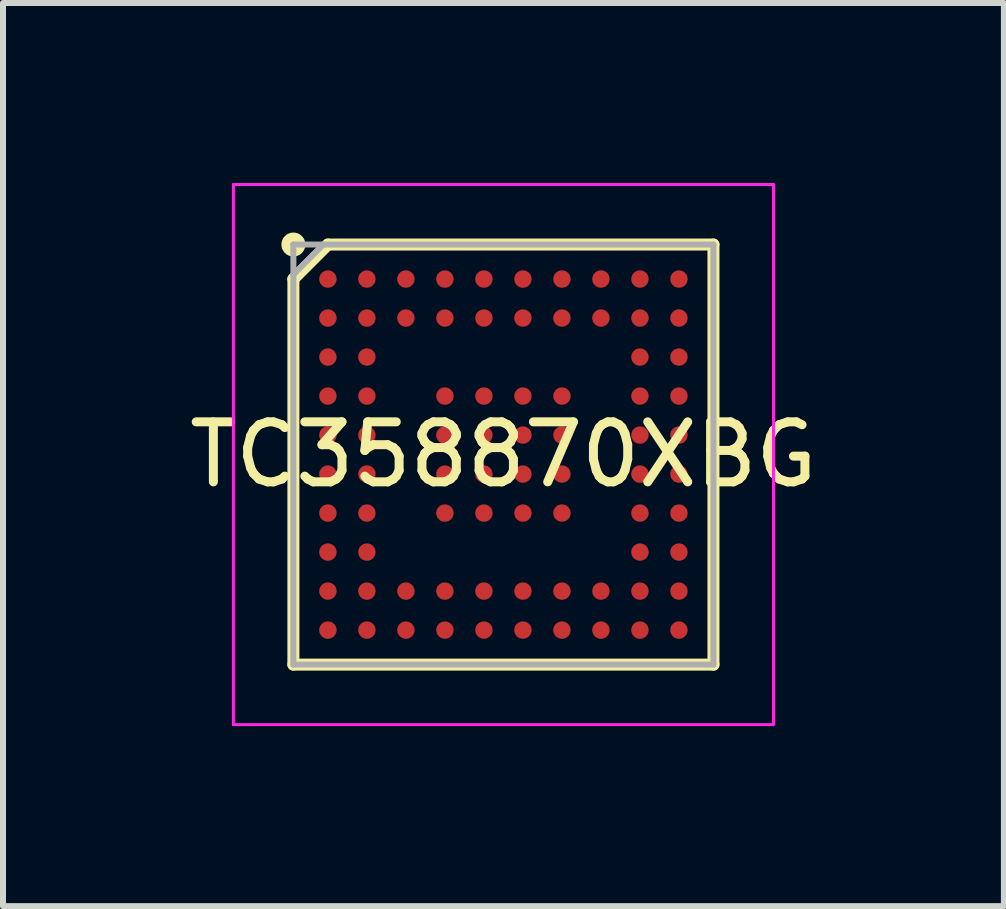
<source format=kicad_pcb>
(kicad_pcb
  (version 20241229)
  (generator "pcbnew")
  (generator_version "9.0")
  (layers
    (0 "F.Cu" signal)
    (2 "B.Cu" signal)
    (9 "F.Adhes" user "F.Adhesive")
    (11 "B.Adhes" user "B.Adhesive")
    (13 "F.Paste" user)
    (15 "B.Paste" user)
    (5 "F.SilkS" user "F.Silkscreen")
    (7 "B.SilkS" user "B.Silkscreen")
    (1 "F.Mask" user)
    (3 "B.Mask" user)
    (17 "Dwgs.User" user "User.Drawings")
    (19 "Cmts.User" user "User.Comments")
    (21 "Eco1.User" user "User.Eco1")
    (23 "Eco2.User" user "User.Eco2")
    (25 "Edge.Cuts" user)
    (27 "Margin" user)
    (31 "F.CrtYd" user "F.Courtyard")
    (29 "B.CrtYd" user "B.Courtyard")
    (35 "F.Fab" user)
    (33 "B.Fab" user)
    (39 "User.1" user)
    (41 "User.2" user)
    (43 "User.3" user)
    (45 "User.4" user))
  (footprint "TC358870XBG"
    (layer "F.Cu")
    (at 5.339 4.525)
    (property "Reference" "TC358870XBG" (at 0 0 0) (layer "F.SilkS") (effects (font (size 1 1) (thickness 0.15))))
    (attr smd)
    (fp_line (start -3.5 -2.925) (end -2.925 -3.5) (stroke (width 0.2) (type solid)) (layer "F.SilkS"))
    (fp_line (start -3.5 3.5) (end -3.5 -2.925) (stroke (width 0.2) (type solid)) (layer "F.SilkS"))
    (fp_line (start -2.925 -3.5) (end 3.5 -3.5) (stroke (width 0.2) (type solid)) (layer "F.SilkS"))
    (fp_line (start 3.5 -3.5) (end 3.5 3.5) (stroke (width 0.2) (type solid)) (layer "F.SilkS"))
    (fp_line (start 3.5 3.5) (end -3.5 3.5) (stroke (width 0.2) (type solid)) (layer "F.SilkS"))
    (fp_circle (center -3.5 -3.5) (end -3.5 -3.4) (stroke (width 0.2) (type solid)) (fill no) (layer "F.SilkS"))
    (fp_rect (start -3.02 -3.02) (end -2.83 -2.83) (stroke (width 0.12) (type default)) (fill no) (layer "F.Paste"))
    (fp_rect (start -3.02 -2.37) (end -2.83 -2.18) (stroke (width 0.12) (type default)) (fill no) (layer "F.Paste"))
    (fp_rect (start -3.02 -1.72) (end -2.83 -1.53) (stroke (width 0.12) (type default)) (fill no) (layer "F.Paste"))
    (fp_rect (start -3.02 -1.07) (end -2.83 -0.88) (stroke (width 0.12) (type default)) (fill no) (layer "F.Paste"))
    (fp_rect (start -3.02 -0.42) (end -2.83 -0.23) (stroke (width 0.12) (type default)) (fill no) (layer "F.Paste"))
    (fp_rect (start -3.02 0.23) (end -2.83 0.42) (stroke (width 0.12) (type default)) (fill no) (layer "F.Paste"))
    (fp_rect (start -3.02 0.88) (end -2.83 1.07) (stroke (width 0.12) (type default)) (fill no) (layer "F.Paste"))
    (fp_rect (start -3.02 1.53) (end -2.83 1.72) (stroke (width 0.12) (type default)) (fill no) (layer "F.Paste"))
    (fp_rect (start -3.02 2.18) (end -2.83 2.37) (stroke (width 0.12) (type default)) (fill no) (layer "F.Paste"))
    (fp_rect (start -3.02 2.83) (end -2.83 3.02) (stroke (width 0.12) (type default)) (fill no) (layer "F.Paste"))
    (fp_rect (start -2.37 -3.02) (end -2.18 -2.83) (stroke (width 0.12) (type default)) (fill no) (layer "F.Paste"))
    (fp_rect (start -2.37 -2.37) (end -2.18 -2.18) (stroke (width 0.12) (type default)) (fill no) (layer "F.Paste"))
    (fp_rect (start -2.37 -1.72) (end -2.18 -1.53) (stroke (width 0.12) (type default)) (fill no) (layer "F.Paste"))
    (fp_rect (start -2.37 -1.07) (end -2.18 -0.88) (stroke (width 0.12) (type default)) (fill no) (layer "F.Paste"))
    (fp_rect (start -2.37 -0.42) (end -2.18 -0.23) (stroke (width 0.12) (type default)) (fill no) (layer "F.Paste"))
    (fp_rect (start -2.37 0.23) (end -2.18 0.42) (stroke (width 0.12) (type default)) (fill no) (layer "F.Paste"))
    (fp_rect (start -2.37 0.88) (end -2.18 1.07) (stroke (width 0.12) (type default)) (fill no) (layer "F.Paste"))
    (fp_rect (start -2.37 1.53) (end -2.18 1.72) (stroke (width 0.12) (type default)) (fill no) (layer "F.Paste"))
    (fp_rect (start -2.37 2.18) (end -2.18 2.37) (stroke (width 0.12) (type default)) (fill no) (layer "F.Paste"))
    (fp_rect (start -2.37 2.83) (end -2.18 3.02) (stroke (width 0.12) (type default)) (fill no) (layer "F.Paste"))
    (fp_rect (start -1.72 -3.02) (end -1.53 -2.83) (stroke (width 0.12) (type default)) (fill no) (layer "F.Paste"))
    (fp_rect (start -1.72 -2.37) (end -1.53 -2.18) (stroke (width 0.12) (type default)) (fill no) (layer "F.Paste"))
    (fp_rect (start -1.72 2.18) (end -1.53 2.37) (stroke (width 0.12) (type default)) (fill no) (layer "F.Paste"))
    (fp_rect (start -1.72 2.83) (end -1.53 3.02) (stroke (width 0.12) (type default)) (fill no) (layer "F.Paste"))
    (fp_rect (start -1.07 -3.02) (end -0.88 -2.83) (stroke (width 0.12) (type default)) (fill no) (layer "F.Paste"))
    (fp_rect (start -1.07 -2.37) (end -0.88 -2.18) (stroke (width 0.12) (type default)) (fill no) (layer "F.Paste"))
    (fp_rect (start -1.07 -1.07) (end -0.88 -0.88) (stroke (width 0.12) (type default)) (fill no) (layer "F.Paste"))
    (fp_rect (start -1.07 -0.42) (end -0.88 -0.23) (stroke (width 0.12) (type default)) (fill no) (layer "F.Paste"))
    (fp_rect (start -1.07 0.23) (end -0.88 0.42) (stroke (width 0.12) (type default)) (fill no) (layer "F.Paste"))
    (fp_rect (start -1.07 0.88) (end -0.88 1.07) (stroke (width 0.12) (type default)) (fill no) (layer "F.Paste"))
    (fp_rect (start -1.07 2.18) (end -0.88 2.37) (stroke (width 0.12) (type default)) (fill no) (layer "F.Paste"))
    (fp_rect (start -1.07 2.83) (end -0.88 3.02) (stroke (width 0.12) (type default)) (fill no) (layer "F.Paste"))
    (fp_rect (start -0.42 -3.02) (end -0.23 -2.83) (stroke (width 0.12) (type default)) (fill no) (layer "F.Paste"))
    (fp_rect (start -0.42 -2.37) (end -0.23 -2.18) (stroke (width 0.12) (type default)) (fill no) (layer "F.Paste"))
    (fp_rect (start -0.42 -1.07) (end -0.23 -0.88) (stroke (width 0.12) (type default)) (fill no) (layer "F.Paste"))
    (fp_rect (start -0.42 -0.42) (end -0.23 -0.23) (stroke (width 0.12) (type default)) (fill no) (layer "F.Paste"))
    (fp_rect (start -0.42 0.23) (end -0.23 0.42) (stroke (width 0.12) (type default)) (fill no) (layer "F.Paste"))
    (fp_rect (start -0.42 0.88) (end -0.23 1.07) (stroke (width 0.12) (type default)) (fill no) (layer "F.Paste"))
    (fp_rect (start -0.42 2.18) (end -0.23 2.37) (stroke (width 0.12) (type default)) (fill no) (layer "F.Paste"))
    (fp_rect (start -0.42 2.83) (end -0.23 3.02) (stroke (width 0.12) (type default)) (fill no) (layer "F.Paste"))
    (fp_rect (start 0.23 -3.02) (end 0.42 -2.83) (stroke (width 0.12) (type default)) (fill no) (layer "F.Paste"))
    (fp_rect (start 0.23 -2.37) (end 0.42 -2.18) (stroke (width 0.12) (type default)) (fill no) (layer "F.Paste"))
    (fp_rect (start 0.23 -1.07) (end 0.42 -0.88) (stroke (width 0.12) (type default)) (fill no) (layer "F.Paste"))
    (fp_rect (start 0.23 -0.42) (end 0.42 -0.23) (stroke (width 0.12) (type default)) (fill no) (layer "F.Paste"))
    (fp_rect (start 0.23 0.23) (end 0.42 0.42) (stroke (width 0.12) (type default)) (fill no) (layer "F.Paste"))
    (fp_rect (start 0.23 0.88) (end 0.42 1.07) (stroke (width 0.12) (type default)) (fill no) (layer "F.Paste"))
    (fp_rect (start 0.23 2.18) (end 0.42 2.37) (stroke (width 0.12) (type default)) (fill no) (layer "F.Paste"))
    (fp_rect (start 0.23 2.83) (end 0.42 3.02) (stroke (width 0.12) (type default)) (fill no) (layer "F.Paste"))
    (fp_rect (start 0.88 -3.02) (end 1.07 -2.83) (stroke (width 0.12) (type default)) (fill no) (layer "F.Paste"))
    (fp_rect (start 0.88 -2.37) (end 1.07 -2.18) (stroke (width 0.12) (type default)) (fill no) (layer "F.Paste"))
    (fp_rect (start 0.88 -1.07) (end 1.07 -0.88) (stroke (width 0.12) (type default)) (fill no) (layer "F.Paste"))
    (fp_rect (start 0.88 -0.42) (end 1.07 -0.23) (stroke (width 0.12) (type default)) (fill no) (layer "F.Paste"))
    (fp_rect (start 0.88 0.23) (end 1.07 0.42) (stroke (width 0.12) (type default)) (fill no) (layer "F.Paste"))
    (fp_rect (start 0.88 0.88) (end 1.07 1.07) (stroke (width 0.12) (type default)) (fill no) (layer "F.Paste"))
    (fp_rect (start 0.88 2.18) (end 1.07 2.37) (stroke (width 0.12) (type default)) (fill no) (layer "F.Paste"))
    (fp_rect (start 0.88 2.83) (end 1.07 3.02) (stroke (width 0.12) (type default)) (fill no) (layer "F.Paste"))
    (fp_rect (start 1.53 -3.02) (end 1.72 -2.83) (stroke (width 0.12) (type default)) (fill no) (layer "F.Paste"))
    (fp_rect (start 1.53 -2.37) (end 1.72 -2.18) (stroke (width 0.12) (type default)) (fill no) (layer "F.Paste"))
    (fp_rect (start 1.53 2.18) (end 1.72 2.37) (stroke (width 0.12) (type default)) (fill no) (layer "F.Paste"))
    (fp_rect (start 1.53 2.83) (end 1.72 3.02) (stroke (width 0.12) (type default)) (fill no) (layer "F.Paste"))
    (fp_rect (start 2.18 -3.02) (end 2.37 -2.83) (stroke (width 0.12) (type default)) (fill no) (layer "F.Paste"))
    (fp_rect (start 2.18 -2.37) (end 2.37 -2.18) (stroke (width 0.12) (type default)) (fill no) (layer "F.Paste"))
    (fp_rect (start 2.18 -1.72) (end 2.37 -1.53) (stroke (width 0.12) (type default)) (fill no) (layer "F.Paste"))
    (fp_rect (start 2.18 -1.07) (end 2.37 -0.88) (stroke (width 0.12) (type default)) (fill no) (layer "F.Paste"))
    (fp_rect (start 2.18 -0.42) (end 2.37 -0.23) (stroke (width 0.12) (type default)) (fill no) (layer "F.Paste"))
    (fp_rect (start 2.18 0.23) (end 2.37 0.42) (stroke (width 0.12) (type default)) (fill no) (layer "F.Paste"))
    (fp_rect (start 2.18 0.88) (end 2.37 1.07) (stroke (width 0.12) (type default)) (fill no) (layer "F.Paste"))
    (fp_rect (start 2.18 1.53) (end 2.37 1.72) (stroke (width 0.12) (type default)) (fill no) (layer "F.Paste"))
    (fp_rect (start 2.18 2.18) (end 2.37 2.37) (stroke (width 0.12) (type default)) (fill no) (layer "F.Paste"))
    (fp_rect (start 2.18 2.83) (end 2.37 3.02) (stroke (width 0.12) (type default)) (fill no) (layer "F.Paste"))
    (fp_rect (start 2.83 -3.02) (end 3.02 -2.83) (stroke (width 0.12) (type default)) (fill no) (layer "F.Paste"))
    (fp_rect (start 2.83 -2.37) (end 3.02 -2.18) (stroke (width 0.12) (type default)) (fill no) (layer "F.Paste"))
    (fp_rect (start 2.83 -1.72) (end 3.02 -1.53) (stroke (width 0.12) (type default)) (fill no) (layer "F.Paste"))
    (fp_rect (start 2.83 -1.07) (end 3.02 -0.88) (stroke (width 0.12) (type default)) (fill no) (layer "F.Paste"))
    (fp_rect (start 2.83 -0.42) (end 3.02 -0.23) (stroke (width 0.12) (type default)) (fill no) (layer "F.Paste"))
    (fp_rect (start 2.83 0.23) (end 3.02 0.42) (stroke (width 0.12) (type default)) (fill no) (layer "F.Paste"))
    (fp_rect (start 2.83 0.88) (end 3.02 1.07) (stroke (width 0.12) (type default)) (fill no) (layer "F.Paste"))
    (fp_rect (start 2.83 1.53) (end 3.02 1.72) (stroke (width 0.12) (type default)) (fill no) (layer "F.Paste"))
    (fp_rect (start 2.83 2.18) (end 3.02 2.37) (stroke (width 0.12) (type default)) (fill no) (layer "F.Paste"))
    (fp_rect (start 2.83 2.83) (end 3.02 3.02) (stroke (width 0.12) (type default)) (fill no) (layer "F.Paste"))
    (fp_line (start -4.5 -4.5) (end 4.5 -4.5) (stroke (width 0.05) (type solid)) (layer "F.CrtYd"))
    (fp_line (start -4.5 4.5) (end -4.5 -4.5) (stroke (width 0.05) (type solid)) (layer "F.CrtYd"))
    (fp_line (start 4.5 -4.5) (end 4.5 4.5) (stroke (width 0.05) (type solid)) (layer "F.CrtYd"))
    (fp_line (start 4.5 4.5) (end -4.5 4.5) (stroke (width 0.05) (type solid)) (layer "F.CrtYd"))
    (fp_line (start -3.5 -3.5) (end 3.5 -3.5) (stroke (width 0.1) (type solid)) (layer "F.Fab"))
    (fp_line (start -3.5 -3) (end -3 -3.5) (stroke (width 0.1) (type solid)) (layer "F.Fab"))
    (fp_line (start -3.5 3.5) (end -3.5 -3.5) (stroke (width 0.1) (type solid)) (layer "F.Fab"))
    (fp_line (start 3.5 -3.5) (end 3.5 3.5) (stroke (width 0.1) (type solid)) (layer "F.Fab"))
    (fp_line (start 3.5 3.5) (end -3.5 3.5) (stroke (width 0.1) (type solid)) (layer "F.Fab"))
    (pad "A1" smd circle (at -2.925 -2.925 90) (size 0.29 0.29) (layers "F.Cu" "F.Mask" "F.Paste"))
    (pad "A2" smd circle (at -2.275 -2.925 90) (size 0.29 0.29) (layers "F.Cu" "F.Mask" "F.Paste"))
    (pad "A3" smd circle (at -1.625 -2.925 90) (size 0.29 0.29) (layers "F.Cu" "F.Mask" "F.Paste"))
    (pad "A4" smd circle (at -0.975 -2.925 90) (size 0.29 0.29) (layers "F.Cu" "F.Mask" "F.Paste"))
    (pad "A5" smd circle (at -0.325 -2.925 90) (size 0.29 0.29) (layers "F.Cu" "F.Mask" "F.Paste"))
    (pad "A6" smd circle (at 0.325 -2.925 90) (size 0.29 0.29) (layers "F.Cu" "F.Mask" "F.Paste"))
    (pad "A7" smd circle (at 0.975 -2.925 90) (size 0.29 0.29) (layers "F.Cu" "F.Mask" "F.Paste"))
    (pad "A8" smd circle (at 1.625 -2.925 90) (size 0.29 0.29) (layers "F.Cu" "F.Mask" "F.Paste"))
    (pad "A9" smd circle (at 2.275 -2.925 90) (size 0.29 0.29) (layers "F.Cu" "F.Mask" "F.Paste"))
    (pad "A10" smd circle (at 2.925 -2.925 90) (size 0.29 0.29) (layers "F.Cu" "F.Mask" "F.Paste"))
    (pad "B1" smd circle (at -2.925 -2.275 90) (size 0.29 0.29) (layers "F.Cu" "F.Mask" "F.Paste"))
    (pad "B2" smd circle (at -2.275 -2.275 90) (size 0.29 0.29) (layers "F.Cu" "F.Mask" "F.Paste"))
    (pad "B3" smd circle (at -1.625 -2.275 90) (size 0.29 0.29) (layers "F.Cu" "F.Mask" "F.Paste"))
    (pad "B4" smd circle (at -0.975 -2.275 90) (size 0.29 0.29) (layers "F.Cu" "F.Mask" "F.Paste"))
    (pad "B5" smd circle (at -0.325 -2.275 90) (size 0.29 0.29) (layers "F.Cu" "F.Mask" "F.Paste"))
    (pad "B6" smd circle (at 0.325 -2.275 90) (size 0.29 0.29) (layers "F.Cu" "F.Mask" "F.Paste"))
    (pad "B7" smd circle (at 0.975 -2.275 90) (size 0.29 0.29) (layers "F.Cu" "F.Mask" "F.Paste"))
    (pad "B8" smd circle (at 1.625 -2.275 90) (size 0.29 0.29) (layers "F.Cu" "F.Mask" "F.Paste"))
    (pad "B9" smd circle (at 2.275 -2.275 90) (size 0.29 0.29) (layers "F.Cu" "F.Mask" "F.Paste"))
    (pad "B10" smd circle (at 2.925 -2.275 90) (size 0.29 0.29) (layers "F.Cu" "F.Mask" "F.Paste"))
    (pad "C1" smd circle (at -2.925 -1.625 90) (size 0.29 0.29) (layers "F.Cu" "F.Mask" "F.Paste"))
    (pad "C2" smd circle (at -2.275 -1.625 90) (size 0.29 0.29) (layers "F.Cu" "F.Mask" "F.Paste"))
    (pad "C9" smd circle (at 2.275 -1.625 90) (size 0.29 0.29) (layers "F.Cu" "F.Mask" "F.Paste"))
    (pad "C10" smd circle (at 2.925 -1.625 90) (size 0.29 0.29) (layers "F.Cu" "F.Mask" "F.Paste"))
    (pad "D1" smd circle (at -2.925 -0.975 90) (size 0.29 0.29) (layers "F.Cu" "F.Mask" "F.Paste"))
    (pad "D2" smd circle (at -2.275 -0.975 90) (size 0.29 0.29) (layers "F.Cu" "F.Mask" "F.Paste"))
    (pad "D4" smd circle (at -0.975 -0.975 90) (size 0.29 0.29) (layers "F.Cu" "F.Mask" "F.Paste"))
    (pad "D5" smd circle (at -0.325 -0.975 90) (size 0.29 0.29) (layers "F.Cu" "F.Mask" "F.Paste"))
    (pad "D6" smd circle (at 0.325 -0.975 90) (size 0.29 0.29) (layers "F.Cu" "F.Mask" "F.Paste"))
    (pad "D7" smd circle (at 0.975 -0.975 90) (size 0.29 0.29) (layers "F.Cu" "F.Mask" "F.Paste"))
    (pad "D9" smd circle (at 2.275 -0.975 90) (size 0.29 0.29) (layers "F.Cu" "F.Mask" "F.Paste"))
    (pad "D10" smd circle (at 2.925 -0.975 90) (size 0.29 0.29) (layers "F.Cu" "F.Mask" "F.Paste"))
    (pad "E1" smd circle (at -2.925 -0.325 90) (size 0.29 0.29) (layers "F.Cu" "F.Mask" "F.Paste"))
    (pad "E2" smd circle (at -2.275 -0.325 90) (size 0.29 0.29) (layers "F.Cu" "F.Mask" "F.Paste"))
    (pad "E4" smd circle (at -0.975 -0.325 90) (size 0.29 0.29) (layers "F.Cu" "F.Mask" "F.Paste"))
    (pad "E5" smd circle (at -0.325 -0.325 90) (size 0.29 0.29) (layers "F.Cu" "F.Mask" "F.Paste"))
    (pad "E6" smd circle (at 0.325 -0.325 90) (size 0.29 0.29) (layers "F.Cu" "F.Mask" "F.Paste"))
    (pad "E7" smd circle (at 0.975 -0.325 90) (size 0.29 0.29) (layers "F.Cu" "F.Mask" "F.Paste"))
    (pad "E9" smd circle (at 2.275 -0.325 90) (size 0.29 0.29) (layers "F.Cu" "F.Mask" "F.Paste"))
    (pad "E10" smd circle (at 2.925 -0.325 90) (size 0.29 0.29) (layers "F.Cu" "F.Mask" "F.Paste"))
    (pad "F1" smd circle (at -2.925 0.325 90) (size 0.29 0.29) (layers "F.Cu" "F.Mask" "F.Paste"))
    (pad "F2" smd circle (at -2.275 0.325 90) (size 0.29 0.29) (layers "F.Cu" "F.Mask" "F.Paste"))
    (pad "F4" smd circle (at -0.975 0.325 90) (size 0.29 0.29) (layers "F.Cu" "F.Mask" "F.Paste"))
    (pad "F5" smd circle (at -0.325 0.325 90) (size 0.29 0.29) (layers "F.Cu" "F.Mask" "F.Paste"))
    (pad "F6" smd circle (at 0.325 0.325 90) (size 0.29 0.29) (layers "F.Cu" "F.Mask" "F.Paste"))
    (pad "F7" smd circle (at 0.975 0.325 90) (size 0.29 0.29) (layers "F.Cu" "F.Mask" "F.Paste"))
    (pad "F9" smd circle (at 2.275 0.325 90) (size 0.29 0.29) (layers "F.Cu" "F.Mask" "F.Paste"))
    (pad "F10" smd circle (at 2.925 0.325 90) (size 0.29 0.29) (layers "F.Cu" "F.Mask" "F.Paste"))
    (pad "G1" smd circle (at -2.925 0.975 90) (size 0.29 0.29) (layers "F.Cu" "F.Mask" "F.Paste"))
    (pad "G2" smd circle (at -2.275 0.975 90) (size 0.29 0.29) (layers "F.Cu" "F.Mask" "F.Paste"))
    (pad "G4" smd circle (at -0.975 0.975 90) (size 0.29 0.29) (layers "F.Cu" "F.Mask" "F.Paste"))
    (pad "G5" smd circle (at -0.325 0.975 90) (size 0.29 0.29) (layers "F.Cu" "F.Mask" "F.Paste"))
    (pad "G6" smd circle (at 0.325 0.975 90) (size 0.29 0.29) (layers "F.Cu" "F.Mask" "F.Paste"))
    (pad "G7" smd circle (at 0.975 0.975 90) (size 0.29 0.29) (layers "F.Cu" "F.Mask" "F.Paste"))
    (pad "G9" smd circle (at 2.275 0.975 90) (size 0.29 0.29) (layers "F.Cu" "F.Mask" "F.Paste"))
    (pad "G10" smd circle (at 2.925 0.975 90) (size 0.29 0.29) (layers "F.Cu" "F.Mask" "F.Paste"))
    (pad "H1" smd circle (at -2.925 1.625 90) (size 0.29 0.29) (layers "F.Cu" "F.Mask" "F.Paste"))
    (pad "H2" smd circle (at -2.275 1.625 90) (size 0.29 0.29) (layers "F.Cu" "F.Mask" "F.Paste"))
    (pad "H9" smd circle (at 2.275 1.625 90) (size 0.29 0.29) (layers "F.Cu" "F.Mask" "F.Paste"))
    (pad "H10" smd circle (at 2.925 1.625 90) (size 0.29 0.29) (layers "F.Cu" "F.Mask" "F.Paste"))
    (pad "J1" smd circle (at -2.925 2.275 90) (size 0.29 0.29) (layers "F.Cu" "F.Mask" "F.Paste"))
    (pad "J2" smd circle (at -2.275 2.275 90) (size 0.29 0.29) (layers "F.Cu" "F.Mask" "F.Paste"))
    (pad "J3" smd circle (at -1.625 2.275 90) (size 0.29 0.29) (layers "F.Cu" "F.Mask" "F.Paste"))
    (pad "J4" smd circle (at -0.975 2.275 90) (size 0.29 0.29) (layers "F.Cu" "F.Mask" "F.Paste"))
    (pad "J5" smd circle (at -0.325 2.275 90) (size 0.29 0.29) (layers "F.Cu" "F.Mask" "F.Paste"))
    (pad "J6" smd circle (at 0.325 2.275 90) (size 0.29 0.29) (layers "F.Cu" "F.Mask" "F.Paste"))
    (pad "J7" smd circle (at 0.975 2.275 90) (size 0.29 0.29) (layers "F.Cu" "F.Mask" "F.Paste"))
    (pad "J8" smd circle (at 1.625 2.275 90) (size 0.29 0.29) (layers "F.Cu" "F.Mask" "F.Paste"))
    (pad "J9" smd circle (at 2.275 2.275 90) (size 0.29 0.29) (layers "F.Cu" "F.Mask" "F.Paste"))
    (pad "J10" smd circle (at 2.925 2.275 90) (size 0.29 0.29) (layers "F.Cu" "F.Mask" "F.Paste"))
    (pad "K1" smd circle (at -2.925 2.925 90) (size 0.29 0.29) (layers "F.Cu" "F.Mask" "F.Paste"))
    (pad "K2" smd circle (at -2.275 2.925 90) (size 0.29 0.29) (layers "F.Cu" "F.Mask" "F.Paste"))
    (pad "K3" smd circle (at -1.625 2.925 90) (size 0.29 0.29) (layers "F.Cu" "F.Mask" "F.Paste"))
    (pad "K4" smd circle (at -0.975 2.925 90) (size 0.29 0.29) (layers "F.Cu" "F.Mask" "F.Paste"))
    (pad "K5" smd circle (at -0.325 2.925 90) (size 0.29 0.29) (layers "F.Cu" "F.Mask" "F.Paste"))
    (pad "K6" smd circle (at 0.325 2.925 90) (size 0.29 0.29) (layers "F.Cu" "F.Mask" "F.Paste"))
    (pad "K7" smd circle (at 0.975 2.925 90) (size 0.29 0.29) (layers "F.Cu" "F.Mask" "F.Paste"))
    (pad "K8" smd circle (at 1.625 2.925 90) (size 0.29 0.29) (layers "F.Cu" "F.Mask" "F.Paste"))
    (pad "K9" smd circle (at 2.275 2.925 90) (size 0.29 0.29) (layers "F.Cu" "F.Mask" "F.Paste"))
    (pad "K10" smd circle (at 2.925 2.925 90) (size 0.29 0.29) (layers "F.Cu" "F.Mask" "F.Paste")))
  (gr_rect
    (start -3 -3)
    (end 13.679 12.05)
    (stroke (width 0.1) (type default))
    (fill no)
    (layer "Edge.Cuts")))
</source>
